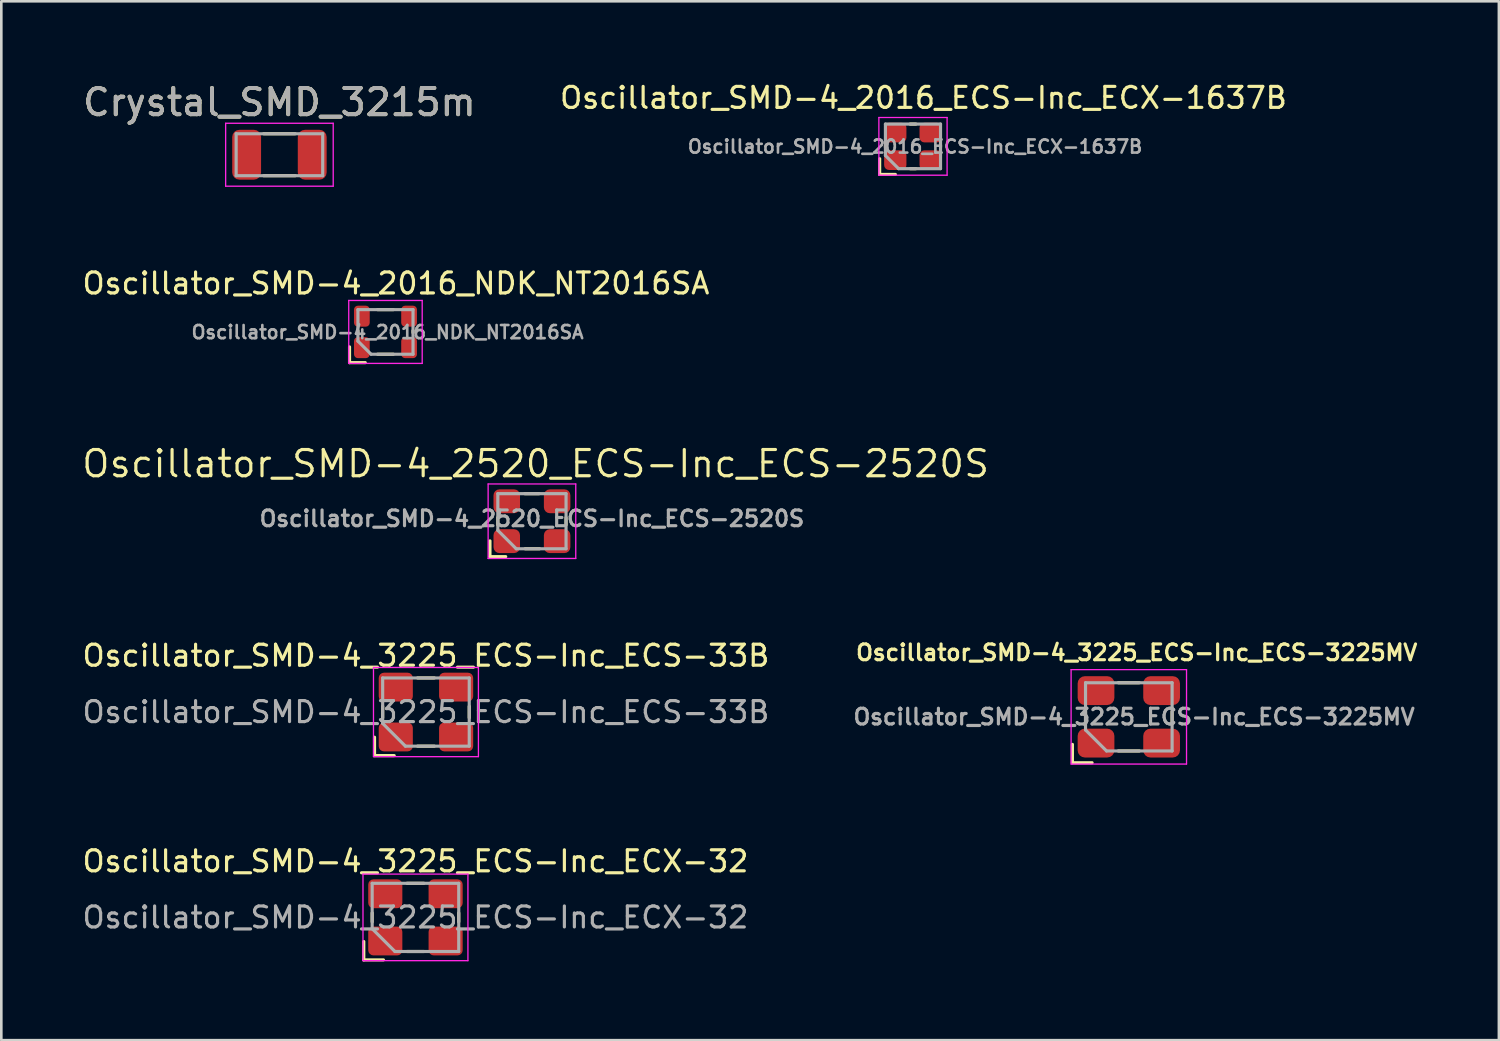
<source format=kicad_pcb>
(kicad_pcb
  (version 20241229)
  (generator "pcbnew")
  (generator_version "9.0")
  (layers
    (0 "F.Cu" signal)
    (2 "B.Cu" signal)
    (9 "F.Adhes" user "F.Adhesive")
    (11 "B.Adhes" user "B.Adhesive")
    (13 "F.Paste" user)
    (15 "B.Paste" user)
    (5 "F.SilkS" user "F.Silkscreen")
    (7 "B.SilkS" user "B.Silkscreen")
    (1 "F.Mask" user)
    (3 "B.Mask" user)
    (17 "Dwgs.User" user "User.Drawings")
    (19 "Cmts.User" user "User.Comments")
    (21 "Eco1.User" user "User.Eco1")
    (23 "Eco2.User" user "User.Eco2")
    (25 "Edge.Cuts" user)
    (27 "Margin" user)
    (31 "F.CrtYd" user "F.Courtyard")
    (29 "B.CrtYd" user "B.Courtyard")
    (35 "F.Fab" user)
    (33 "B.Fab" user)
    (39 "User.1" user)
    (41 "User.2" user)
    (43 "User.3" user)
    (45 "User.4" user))
  (footprint "Oscillator_SMD-4_2520_ECS-Inc_ECS-2520S"
    (layer "F.Cu")
    (at 17.226 16.817)
    (property "Reference" "Oscillator_SMD-4_2520_ECS-Inc_ECS-2520S" (at 0.14 -2.19 0) (layer "F.SilkS") (effects (font (size 1 1) (thickness 0.12))))
    (attr smd)
    (fp_line (start -1.6 0.75) (end -1.6 1.35) (stroke (width 0.12) (type solid)) (layer "F.SilkS"))
    (fp_line (start -1.3 0.14) (end -1.3 -0.14) (stroke (width 0.12) (type solid)) (layer "F.SilkS"))
    (fp_line (start -1 1.35) (end -1.6 1.35) (stroke (width 0.12) (type solid)) (layer "F.SilkS"))
    (fp_line (start -0.26 1.05) (end 0.29 1.05) (stroke (width 0.12) (type solid)) (layer "F.SilkS"))
    (fp_line (start 0.275 -1.05) (end -0.275 -1.05) (stroke (width 0.12) (type solid)) (layer "F.SilkS"))
    (fp_line (start 1.3 0.14) (end 1.3 -0.14) (stroke (width 0.12) (type solid)) (layer "F.SilkS"))
    (fp_line (start -1.67 -1.42) (end 1.67 -1.42) (stroke (width 0.05) (type solid)) (layer "F.CrtYd"))
    (fp_line (start -1.67 1.42) (end -1.67 -1.42) (stroke (width 0.05) (type solid)) (layer "F.CrtYd"))
    (fp_line (start 1.67 -1.42) (end 1.67 1.42) (stroke (width 0.05) (type solid)) (layer "F.CrtYd"))
    (fp_line (start 1.67 1.42) (end -1.67 1.42) (stroke (width 0.05) (type solid)) (layer "F.CrtYd"))
    (fp_line (start -1.3 -1.05) (end 1.3 -1.05) (stroke (width 0.12) (type solid)) (layer "F.Fab"))
    (fp_line (start -1.3 0.35) (end -1.3 -1.05) (stroke (width 0.12) (type solid)) (layer "F.Fab"))
    (fp_line (start -0.6 1.05) (end -1.3 0.35) (stroke (width 0.12) (type solid)) (layer "F.Fab"))
    (fp_line (start 1.3 -1.05) (end 1.3 1.05) (stroke (width 0.12) (type solid)) (layer "F.Fab"))
    (fp_line (start 1.3 1.05) (end -0.6 1.05) (stroke (width 0.12) (type solid)) (layer "F.Fab"))
    (fp_text user "${REFERENCE}" (at 0 -0.1 0) (layer "F.Fab") (effects (font (size 0.6 0.6) (thickness 0.12))))
    (pad "1" smd roundrect (at -0.96 0.76 90) (size 0.91 1.01) (layers "F.Cu" "F.Mask" "F.Paste") (roundrect_rratio 0.25))
    (pad "2" smd roundrect (at 0.96 0.76 90) (size 0.91 1.01) (layers "F.Cu" "F.Mask" "F.Paste") (roundrect_rratio 0.25))
    (pad "3" smd roundrect (at 0.96 -0.76 90) (size 0.91 1.01) (layers "F.Cu" "F.Mask" "F.Paste") (roundrect_rratio 0.25))
    (pad "4" smd roundrect (at -0.96 -0.76 90) (size 0.91 1.01) (layers "F.Cu" "F.Mask" "F.Paste") (roundrect_rratio 0.25)))
  (footprint "Oscillator_SMD-4_3225_ECS-Inc_ECS-3225MV"
    (layer "F.Cu")
    (at 39.977 24.274)
    (property "Reference" "Oscillator_SMD-4_3225_ECS-Inc_ECS-3225MV" (at 0.3 -2.45 0) (unlocked yes) (layer "F.SilkS") (effects (font (size 0.6 0.6) (thickness 0.12))))
    (attr smd)
    (fp_line (start -2.15 1.05) (end -2.15 1.75) (stroke (width 0.12) (type solid)) (layer "F.SilkS"))
    (fp_line (start -2.15 1.75) (end -1.4 1.75) (stroke (width 0.12) (type solid)) (layer "F.SilkS"))
    (fp_line (start -1.65 0.25) (end -1.65 -0.2) (stroke (width 0.12) (type solid)) (layer "F.SilkS"))
    (fp_line (start -0.4 -1.3) (end 0.4 -1.3) (stroke (width 0.12) (type solid)) (layer "F.SilkS"))
    (fp_line (start -0.4 1.3) (end 0.4 1.3) (stroke (width 0.12) (type solid)) (layer "F.SilkS"))
    (fp_line (start 1.65 -0.2) (end 1.65 0.2) (stroke (width 0.12) (type solid)) (layer "F.SilkS"))
    (fp_line (start -2.2 -1.8) (end 2.2 -1.8) (stroke (width 0.05) (type solid)) (layer "F.CrtYd"))
    (fp_line (start -2.2 1.8) (end -2.2 -1.8) (stroke (width 0.05) (type solid)) (layer "F.CrtYd"))
    (fp_line (start 2.2 -1.8) (end 2.2 1.8) (stroke (width 0.05) (type solid)) (layer "F.CrtYd"))
    (fp_line (start 2.2 1.8) (end -2.2 1.8) (stroke (width 0.05) (type solid)) (layer "F.CrtYd"))
    (fp_line (start -1.65 -1.3) (end -1.65 0.5) (stroke (width 0.12) (type solid)) (layer "F.Fab"))
    (fp_line (start -1.65 0.5) (end -0.85 1.3) (stroke (width 0.12) (type solid)) (layer "F.Fab"))
    (fp_line (start -0.85 1.3) (end 1.65 1.3) (stroke (width 0.12) (type solid)) (layer "F.Fab"))
    (fp_line (start 1.65 -1.3) (end -1.65 -1.3) (stroke (width 0.12) (type solid)) (layer "F.Fab"))
    (fp_line (start 1.65 1.3) (end 1.65 -1.3) (stroke (width 0.12) (type solid)) (layer "F.Fab"))
    (fp_text user "${REFERENCE}" (at 0.2 0 0) (layer "F.Fab") (effects (font (size 0.6 0.6) (thickness 0.12))))
    (pad "1" smd roundrect (at -1.25 1) (size 1.4 1.1) (layers "F.Cu" "F.Mask" "F.Paste") (roundrect_rratio 0.25))
    (pad "2" smd roundrect (at 1.25 1) (size 1.4 1.1) (layers "F.Cu" "F.Mask" "F.Paste") (roundrect_rratio 0.25))
    (pad "3" smd roundrect (at 1.25 -1) (size 1.4 1.1) (layers "F.Cu" "F.Mask" "F.Paste") (roundrect_rratio 0.25))
    (pad "4" smd roundrect (at -1.25 -1) (size 1.4 1.1) (layers "F.Cu" "F.Mask" "F.Paste") (roundrect_rratio 0.25)))
  (footprint "Oscillator_SMD-4_2016_ECS-Inc_ECX-1637B"
    (layer "F.Cu")
    (at 31.75 2.529)
    (property "Reference" "Oscillator_SMD-4_2016_ECS-Inc_ECX-1637B" (at 0.4 -1.85 0) (unlocked yes) (layer "F.SilkS") (effects (font (size 0.8 0.8) (thickness 0.12))))
    (attr smd)
    (fp_line (start -1.27 0.47) (end -1.27 1.07) (stroke (width 0.12) (type solid)) (layer "F.SilkS"))
    (fp_line (start -1.05 0.04) (end -1.05 -0.04) (stroke (width 0.12) (type solid)) (layer "F.SilkS"))
    (fp_line (start -0.67 1.07) (end -1.27 1.07) (stroke (width 0.12) (type solid)) (layer "F.SilkS"))
    (fp_line (start -0.11 -0.85) (end 0.11 -0.85) (stroke (width 0.12) (type solid)) (layer "F.SilkS"))
    (fp_line (start -0.11 0.85) (end 0.11 0.85) (stroke (width 0.12) (type solid)) (layer "F.SilkS"))
    (fp_line (start 1.05 0.03) (end 1.05 -0.05) (stroke (width 0.12) (type solid)) (layer "F.SilkS"))
    (fp_line (start -1.3 -1.1) (end 1.3 -1.1) (stroke (width 0.05) (type solid)) (layer "F.CrtYd"))
    (fp_line (start -1.3 1.1) (end -1.3 -1.1) (stroke (width 0.05) (type solid)) (layer "F.CrtYd"))
    (fp_line (start 1.3 -1.1) (end 1.3 1.1) (stroke (width 0.05) (type solid)) (layer "F.CrtYd"))
    (fp_line (start 1.3 1.1) (end -1.3 1.1) (stroke (width 0.05) (type solid)) (layer "F.CrtYd"))
    (fp_line (start -1.05 -0.85) (end 1.05 -0.85) (stroke (width 0.12) (type solid)) (layer "F.Fab"))
    (fp_line (start -1.05 0.35) (end -1.05 -0.85) (stroke (width 0.12) (type solid)) (layer "F.Fab"))
    (fp_line (start -0.55 0.85) (end -1.05 0.35) (stroke (width 0.12) (type solid)) (layer "F.Fab"))
    (fp_line (start 1.05 -0.85) (end 1.05 0.85) (stroke (width 0.12) (type solid)) (layer "F.Fab"))
    (fp_line (start 1.05 0.85) (end -0.55 0.85) (stroke (width 0.12) (type solid)) (layer "F.Fab"))
    (fp_text user "${REFERENCE}" (at 0.08 0.01 0) (layer "F.Fab") (effects (font (size 0.5 0.5) (thickness 0.1))))
    (pad "1" smd roundrect (at -0.675 0.525 90) (size 0.75 0.85) (layers "F.Cu" "F.Mask" "F.Paste") (roundrect_rratio 0.25))
    (pad "2" smd roundrect (at 0.675 0.525 90) (size 0.75 0.85) (layers "F.Cu" "F.Mask" "F.Paste") (roundrect_rratio 0.25))
    (pad "3" smd roundrect (at 0.675 -0.525 90) (size 0.75 0.85) (layers "F.Cu" "F.Mask" "F.Paste") (roundrect_rratio 0.25))
    (pad "4" smd roundrect (at -0.675 -0.525 90) (size 0.75 0.85) (layers "F.Cu" "F.Mask" "F.Paste") (roundrect_rratio 0.25)))
  (footprint "Crystal_SMD_3215m"
    (layer "F.Cu")
    (at 7.601 2.848)
    (property "Reference" "Crystal_SMD_3215m" (at 0 -2 0) (unlocked yes) (layer "F.SilkS") (effects (font (size 1 1) (thickness 0.15))))
    (attr smd)
    (fp_line (start -0.6 -0.8) (end 0.6 -0.8) (stroke (width 0.12) (type solid)) (layer "F.SilkS"))
    (fp_line (start -0.6 0.8) (end 0.6 0.8) (stroke (width 0.12) (type solid)) (layer "F.SilkS"))
    (fp_line (start -2.05 -1.2) (end -2.05 1.2) (stroke (width 0.05) (type solid)) (layer "F.CrtYd"))
    (fp_line (start -2.05 -1.2) (end 2.05 -1.2) (stroke (width 0.05) (type solid)) (layer "F.CrtYd"))
    (fp_line (start -2.05 1.2) (end 2.05 1.2) (stroke (width 0.05) (type solid)) (layer "F.CrtYd"))
    (fp_line (start 2.05 -1.2) (end 2.05 1.2) (stroke (width 0.05) (type solid)) (layer "F.CrtYd"))
    (fp_line (start -1.65 -0.8) (end -1.65 0.8) (stroke (width 0.12) (type solid)) (layer "F.Fab"))
    (fp_line (start -1.65 -0.8) (end 1.65 -0.8) (stroke (width 0.12) (type solid)) (layer "F.Fab"))
    (fp_line (start -1.65 0.8) (end 1.65 0.8) (stroke (width 0.12) (type solid)) (layer "F.Fab"))
    (fp_line (start 1.65 -0.8) (end 1.65 0.8) (stroke (width 0.12) (type solid)) (layer "F.Fab"))
    (fp_text user "${REFERENCE}" (at 0 -2 0) (layer "F.Fab") (effects (font (size 1 1) (thickness 0.15))))
    (pad "1" smd roundrect (at 1.25 0) (size 1.1 1.9) (layers "F.Cu" "F.Mask" "F.Paste") (roundrect_rratio 0.25))
    (pad "2" smd roundrect (at -1.25 0) (size 1.1 1.9) (layers "F.Cu" "F.Mask" "F.Paste") (roundrect_rratio 0.25)))
  (footprint "Oscillator_SMD-4_3225_ECS-Inc_ECX-32"
    (layer "F.Cu")
    (at 12.786 31.918)
    (property "Reference" "Oscillator_SMD-4_3225_ECS-Inc_ECX-32" (at 0 -2.14 0) (layer "F.SilkS") (effects (font (size 0.8 0.8) (thickness 0.12))))
    (attr smd)
    (fp_line (start -1.97 0.92) (end -1.97 1.62) (stroke (width 0.12) (type solid)) (layer "F.SilkS"))
    (fp_line (start -1.97 1.62) (end -1.22 1.62) (stroke (width 0.12) (type solid)) (layer "F.SilkS"))
    (fp_line (start -1.65 0.17) (end -1.65 -0.17) (stroke (width 0.12) (type solid)) (layer "F.SilkS"))
    (fp_line (start 0.32 -1.3) (end -0.32 -1.3) (stroke (width 0.12) (type solid)) (layer "F.SilkS"))
    (fp_line (start 0.32 1.3) (end -0.32 1.3) (stroke (width 0.12) (type solid)) (layer "F.SilkS"))
    (fp_line (start 1.65 0.17) (end 1.65 -0.17) (stroke (width 0.12) (type solid)) (layer "F.SilkS"))
    (fp_line (start -2 -1.65) (end 2 -1.65) (stroke (width 0.05) (type solid)) (layer "F.CrtYd"))
    (fp_line (start -2 1.65) (end -2 -1.65) (stroke (width 0.05) (type solid)) (layer "F.CrtYd"))
    (fp_line (start 2 -1.65) (end 2 1.65) (stroke (width 0.05) (type solid)) (layer "F.CrtYd"))
    (fp_line (start 2 1.65) (end -2 1.65) (stroke (width 0.05) (type solid)) (layer "F.CrtYd"))
    (fp_line (start -1.65 -1.3) (end 1.65 -1.3) (stroke (width 0.12) (type solid)) (layer "F.Fab"))
    (fp_line (start -1.65 0.433) (end -1.65 -1.3) (stroke (width 0.12) (type solid)) (layer "F.Fab"))
    (fp_line (start -0.783 1.3) (end -1.65 0.433) (stroke (width 0.12) (type solid)) (layer "F.Fab"))
    (fp_line (start 1.65 -1.3) (end 1.65 1.3) (stroke (width 0.12) (type solid)) (layer "F.Fab"))
    (fp_line (start 1.65 1.3) (end -0.783 1.3) (stroke (width 0.12) (type solid)) (layer "F.Fab"))
    (fp_text user "${REFERENCE}" (at 0 0 0) (layer "F.Fab") (effects (font (size 0.8 0.8) (thickness 0.12))))
    (pad "1" smd roundrect (at -1.15 0.9 90) (size 1.1 1.3) (layers "F.Cu" "F.Mask" "F.Paste") (roundrect_rratio 0.182))
    (pad "2" smd roundrect (at 1.15 0.9 90) (size 1.1 1.3) (layers "F.Cu" "F.Mask" "F.Paste") (roundrect_rratio 0.182))
    (pad "3" smd roundrect (at 1.15 -0.9 90) (size 1.1 1.3) (layers "F.Cu" "F.Mask" "F.Paste") (roundrect_rratio 0.182))
    (pad "4" smd roundrect (at -1.15 -0.9 90) (size 1.1 1.3) (layers "F.Cu" "F.Mask" "F.Paste") (roundrect_rratio 0.182)))
  (footprint "Oscillator_SMD-4_3225_ECS-Inc_ECS-33B"
    (layer "F.Cu")
    (at 13.186 24.091)
    (property "Reference" "Oscillator_SMD-4_3225_ECS-Inc_ECS-33B" (at 0 -2.15 0) (layer "F.SilkS") (effects (font (size 0.8 0.8) (thickness 0.12))))
    (attr smd)
    (fp_line (start -1.96 0.96) (end -1.96 1.66) (stroke (width 0.12) (type solid)) (layer "F.SilkS"))
    (fp_line (start -1.96 1.66) (end -1.21 1.66) (stroke (width 0.12) (type solid)) (layer "F.SilkS"))
    (fp_line (start -1.65 0.22) (end -1.65 -0.22) (stroke (width 0.12) (type solid)) (layer "F.SilkS"))
    (fp_line (start 0.32 -1.3) (end -0.32 -1.3) (stroke (width 0.12) (type solid)) (layer "F.SilkS"))
    (fp_line (start 0.32 1.3) (end -0.32 1.3) (stroke (width 0.12) (type solid)) (layer "F.SilkS"))
    (fp_line (start 1.65 0.22) (end 1.65 -0.22) (stroke (width 0.12) (type solid)) (layer "F.SilkS"))
    (fp_line (start -2 -1.7) (end 2 -1.7) (stroke (width 0.05) (type solid)) (layer "F.CrtYd"))
    (fp_line (start -2 1.7) (end -2 -1.7) (stroke (width 0.05) (type solid)) (layer "F.CrtYd"))
    (fp_line (start 2 -1.7) (end 2 1.7) (stroke (width 0.05) (type solid)) (layer "F.CrtYd"))
    (fp_line (start 2 1.7) (end -2 1.7) (stroke (width 0.05) (type solid)) (layer "F.CrtYd"))
    (fp_line (start -1.65 -1.3) (end 1.65 -1.3) (stroke (width 0.12) (type solid)) (layer "F.Fab"))
    (fp_line (start -1.65 0.433) (end -1.65 -1.3) (stroke (width 0.12) (type solid)) (layer "F.Fab"))
    (fp_line (start -0.783 1.3) (end -1.65 0.433) (stroke (width 0.12) (type solid)) (layer "F.Fab"))
    (fp_line (start 1.65 -1.3) (end 1.65 1.3) (stroke (width 0.12) (type solid)) (layer "F.Fab"))
    (fp_line (start 1.65 1.3) (end -0.783 1.3) (stroke (width 0.12) (type solid)) (layer "F.Fab"))
    (fp_text user "${REFERENCE}" (at 0 0 0) (layer "F.Fab") (effects (font (size 0.8 0.8) (thickness 0.12))))
    (pad "1" smd roundrect (at -1.15 0.95 90) (size 1.1 1.3) (layers "F.Cu" "F.Mask" "F.Paste") (roundrect_rratio 0.182))
    (pad "2" smd roundrect (at 1.15 0.95 90) (size 1.1 1.3) (layers "F.Cu" "F.Mask" "F.Paste") (roundrect_rratio 0.182))
    (pad "3" smd roundrect (at 1.15 -0.95 90) (size 1.1 1.3) (layers "F.Cu" "F.Mask" "F.Paste") (roundrect_rratio 0.182))
    (pad "4" smd roundrect (at -1.15 -0.95 90) (size 1.1 1.3) (layers "F.Cu" "F.Mask" "F.Paste") (roundrect_rratio 0.182)))
  (footprint "Oscillator_SMD-4_2016_NDK_NT2016SA"
    (layer "F.Cu")
    (at 11.643 9.602)
    (property "Reference" "Oscillator_SMD-4_2016_NDK_NT2016SA" (at 0.4 -1.85 0) (unlocked yes) (layer "F.SilkS") (effects (font (size 0.8 0.8) (thickness 0.12))))
    (attr smd)
    (fp_line (start -1.37 0.57) (end -1.37 1.17) (stroke (width 0.12) (type solid)) (layer "F.SilkS"))
    (fp_line (start -1.05 0.04) (end -1.05 -0.04) (stroke (width 0.12) (type solid)) (layer "F.SilkS"))
    (fp_line (start -0.77 1.17) (end -1.37 1.17) (stroke (width 0.12) (type solid)) (layer "F.SilkS"))
    (fp_line (start -0.3 -0.85) (end 0.3 -0.85) (stroke (width 0.12) (type solid)) (layer "F.SilkS"))
    (fp_line (start -0.3 0.85) (end 0.3 0.85) (stroke (width 0.12) (type solid)) (layer "F.SilkS"))
    (fp_line (start 1.05 0.03) (end 1.05 -0.05) (stroke (width 0.12) (type solid)) (layer "F.SilkS"))
    (fp_line (start -1.4 -1.2) (end 1.4 -1.2) (stroke (width 0.05) (type solid)) (layer "F.CrtYd"))
    (fp_line (start -1.4 1.2) (end -1.4 -1.2) (stroke (width 0.05) (type solid)) (layer "F.CrtYd"))
    (fp_line (start 1.4 -1.2) (end 1.4 1.2) (stroke (width 0.05) (type solid)) (layer "F.CrtYd"))
    (fp_line (start 1.4 1.2) (end -1.4 1.2) (stroke (width 0.05) (type solid)) (layer "F.CrtYd"))
    (fp_line (start -1.05 -0.85) (end 1.05 -0.85) (stroke (width 0.12) (type solid)) (layer "F.Fab"))
    (fp_line (start -1.05 0.35) (end -1.05 -0.85) (stroke (width 0.12) (type solid)) (layer "F.Fab"))
    (fp_line (start -0.55 0.85) (end -1.05 0.35) (stroke (width 0.12) (type solid)) (layer "F.Fab"))
    (fp_line (start 1.05 -0.85) (end 1.05 0.85) (stroke (width 0.12) (type solid)) (layer "F.Fab"))
    (fp_line (start 1.05 0.85) (end -0.55 0.85) (stroke (width 0.12) (type solid)) (layer "F.Fab"))
    (fp_text user "${REFERENCE}" (at 0.08 0.01 0) (layer "F.Fab") (effects (font (size 0.5 0.5) (thickness 0.1))))
    (pad "1" smd roundrect (at -0.9 0.6) (size 0.6 0.8) (layers "F.Cu" "F.Mask" "F.Paste") (roundrect_rratio 0.25))
    (pad "2" smd roundrect (at 0.9 0.6) (size 0.6 0.8) (layers "F.Cu" "F.Mask" "F.Paste") (roundrect_rratio 0.25))
    (pad "3" smd roundrect (at 0.9 -0.6) (size 0.6 0.8) (layers "F.Cu" "F.Mask" "F.Paste") (roundrect_rratio 0.25))
    (pad "4" smd roundrect (at -0.9 -0.6) (size 0.6 0.8) (layers "F.Cu" "F.Mask" "F.Paste") (roundrect_rratio 0.25)))
  (gr_rect
    (start -3 -3)
    (end 54.083 36.598)
    (stroke (width 0.1) (type default))
    (fill no)
    (layer "Edge.Cuts")))
</source>
